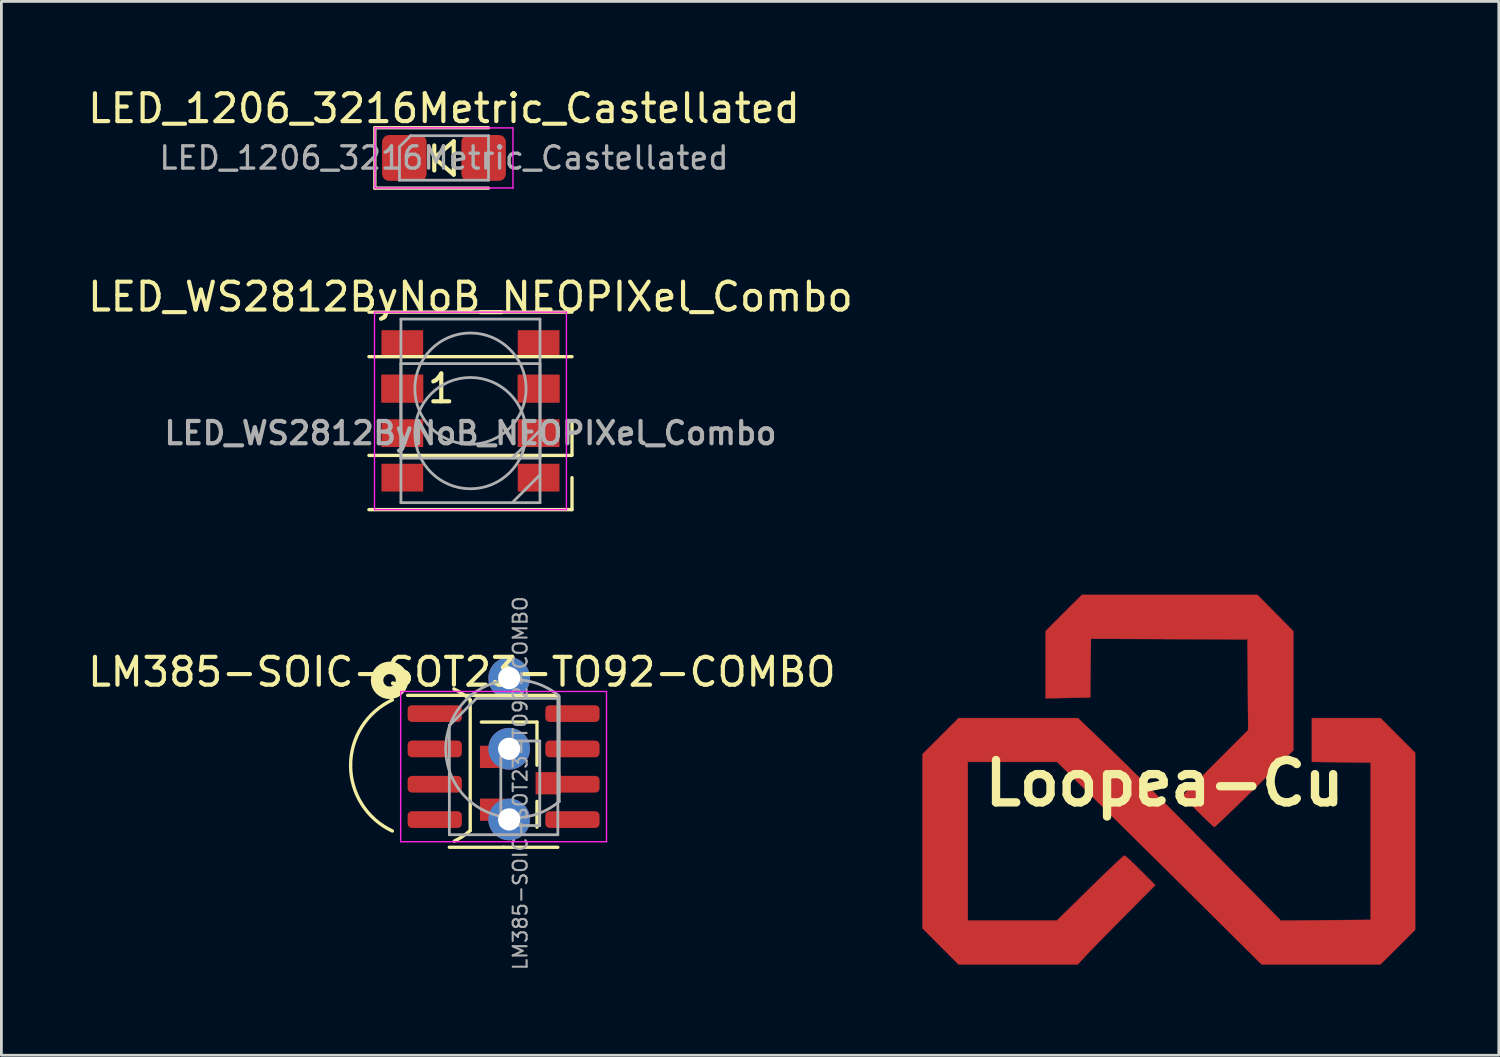
<source format=kicad_pcb>
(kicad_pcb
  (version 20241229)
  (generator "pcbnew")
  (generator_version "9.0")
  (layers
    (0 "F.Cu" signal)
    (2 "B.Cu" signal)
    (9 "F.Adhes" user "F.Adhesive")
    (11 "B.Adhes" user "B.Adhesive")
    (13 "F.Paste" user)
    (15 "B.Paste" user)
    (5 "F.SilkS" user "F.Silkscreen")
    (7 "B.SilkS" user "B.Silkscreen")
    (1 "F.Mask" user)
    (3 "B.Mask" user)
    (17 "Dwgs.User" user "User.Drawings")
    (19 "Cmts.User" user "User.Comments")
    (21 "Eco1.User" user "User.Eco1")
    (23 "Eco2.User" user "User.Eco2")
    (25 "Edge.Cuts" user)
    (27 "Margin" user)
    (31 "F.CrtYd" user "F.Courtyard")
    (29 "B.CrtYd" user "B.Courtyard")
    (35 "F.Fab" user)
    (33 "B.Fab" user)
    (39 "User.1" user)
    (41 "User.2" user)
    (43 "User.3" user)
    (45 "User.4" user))
  (footprint "LM385-SOIC-SOT23-TO92-COMBO"
    (layer "F.Cu")
    (at 15.054 24.508)
    (property "Reference" "LM385-SOIC-SOT23-TO92-COMBO" (at -1.5 -3.4 0) (layer "F.SilkS") (effects (font (size 1 1) (thickness 0.15))))
    (attr smd)
    (fp_line (start -1.2 2.3) (end -1.2 -2.4) (stroke (width 0.12) (type solid)) (layer "F.SilkS"))
    (fp_line (start 0 -2.56) (end -3.45 -2.56) (stroke (width 0.12) (type solid)) (layer "F.SilkS"))
    (fp_line (start 0 -2.56) (end 1.95 -2.56) (stroke (width 0.12) (type solid)) (layer "F.SilkS"))
    (fp_line (start 0 2.9) (end -1.95 2.9) (stroke (width 0.12) (type solid)) (layer "F.SilkS"))
    (fp_line (start 0 2.9) (end 1.95 2.9) (stroke (width 0.12) (type solid)) (layer "F.SilkS"))
    (fp_line (start 1.2 -1.6) (end -0.8 -1.6) (stroke (width 0.12) (type solid)) (layer "F.SilkS"))
    (fp_line (start 1.2 -1.6) (end 1.2 -0.05) (stroke (width 0.12) (type solid)) (layer "F.SilkS"))
    (fp_line (start 1.2 2.18) (end 1.2 1.25) (stroke (width 0.12) (type solid)) (layer "F.SilkS"))
    (fp_arc (start -5.5 -0.04) (mid -5.092818 -1.436979) (end -3.998807 -2.3964) (stroke (width 0.12) (type solid)) (layer "F.SilkS"))
    (fp_arc (start -3.998807 2.3164) (mid -5.092817 1.356979) (end -5.5 -0.04) (stroke (width 0.12) (type solid)) (layer "F.SilkS"))
    (fp_arc (start -1.787736 -2.792383) (mid -1.480247 -2.616594) (end -1.2 -2.4) (stroke (width 0.12) (type solid)) (layer "F.SilkS"))
    (fp_arc (start -1.2 2.3) (mid -1.476067 2.510817) (end -1.777955 2.682631) (stroke (width 0.12) (type solid)) (layer "F.SilkS"))
    (fp_circle (center -4.1 -3.1) (end -3.9 -3) (stroke (width 0.45) (type solid)) (fill no) (layer "F.SilkS"))
    (fp_line (start -3.7 -2.7) (end -3.7 2.7) (stroke (width 0.05) (type solid)) (layer "F.CrtYd"))
    (fp_line (start -3.7 2.7) (end 3.7 2.7) (stroke (width 0.05) (type solid)) (layer "F.CrtYd"))
    (fp_line (start 3.7 -2.7) (end -3.7 -2.7) (stroke (width 0.05) (type solid)) (layer "F.CrtYd"))
    (fp_line (start 3.7 2.7) (end 3.7 -2.7) (stroke (width 0.05) (type solid)) (layer "F.CrtYd"))
    (fp_line (start -1.95 -1.475) (end -0.975 -2.45) (stroke (width 0.1) (type solid)) (layer "F.Fab"))
    (fp_line (start -1.95 2.45) (end -1.95 -1.475) (stroke (width 0.1) (type solid)) (layer "F.Fab"))
    (fp_line (start -0.975 -2.45) (end 1.95 -2.45) (stroke (width 0.1) (type solid)) (layer "F.Fab"))
    (fp_line (start -0.1 -0.35) (end -0.1 2.1) (stroke (width 0.1) (type solid)) (layer "F.Fab"))
    (fp_line (start -0.1 -0.35) (end 0.45 -0.92) (stroke (width 0.1) (type solid)) (layer "F.Fab"))
    (fp_line (start -0.1 2.12) (end 1.3 2.12) (stroke (width 0.1) (type solid)) (layer "F.Fab"))
    (fp_line (start 0.45 -0.92) (end 1.3 -0.92) (stroke (width 0.1) (type solid)) (layer "F.Fab"))
    (fp_line (start 1.3 -0.92) (end 1.3 2.12) (stroke (width 0.1) (type solid)) (layer "F.Fab"))
    (fp_line (start 1.95 -2.45) (end 1.95 2.45) (stroke (width 0.1) (type solid)) (layer "F.Fab"))
    (fp_line (start 1.95 2.45) (end -1.95 2.45) (stroke (width 0.1) (type solid)) (layer "F.Fab"))
    (fp_line (start 2 1.25) (end 2 -2.5) (stroke (width 0.1) (type solid)) (layer "F.Fab"))
    (fp_arc (start -2.08 -0.64) (mid -0.649019 -2.887211) (end 1.992547 -2.541103) (stroke (width 0.1) (type solid)) (layer "F.Fab"))
    (fp_arc (start 2.002385 1.252818) (mid -0.643188 1.609924) (end -2.08 -0.64) (stroke (width 0.1) (type solid)) (layer "F.Fab"))
    (fp_text user "${REFERENCE}" (at 0.6 0.6 90) (layer "F.Fab") (effects (font (size 0.5 0.5) (thickness 0.075))))
    (pad "1" smd roundrect (at -2.475 -1.905) (size 1.95 0.6) (layers "F.Cu" "F.Mask" "F.Paste") (roundrect_rratio 0.25))
    (pad "2" smd roundrect (at -2.475 -0.635) (size 1.95 0.6) (layers "F.Cu" "F.Mask" "F.Paste") (roundrect_rratio 0.25))
    (pad "3" smd roundrect (at -2.475 0.635) (size 1.95 0.6) (layers "F.Cu" "F.Mask" "F.Paste") (roundrect_rratio 0.25))
    (pad "4" smd roundrect (at -2.475 1.905) (size 1.95 0.6) (layers "F.Cu" "F.Mask" "F.Paste") (roundrect_rratio 0.25))
    (pad "4" smd rect (at -0.4 1.55) (size 0.9 0.8) (layers "F.Cu" "F.Mask" "F.Paste"))
    (pad "4" thru_hole circle (at 0.2 1.9 90) (size 1.5 1.5) (drill 0.8) (layers "*.Cu" "*.Mask"))
    (pad "5" smd roundrect (at 2.475 1.905) (size 1.95 0.6) (layers "F.Cu" "F.Mask" "F.Paste") (roundrect_rratio 0.25))
    (pad "6" smd rect (at 1.6 0.6) (size 0.9 0.8) (layers "F.Cu" "F.Mask" "F.Paste"))
    (pad "6" smd roundrect (at 2.475 0.635) (size 1.95 0.6) (layers "F.Cu" "F.Mask" "F.Paste") (roundrect_rratio 0.25))
    (pad "7" smd roundrect (at 2.475 -0.635) (size 1.95 0.6) (layers "F.Cu" "F.Mask" "F.Paste") (roundrect_rratio 0.25))
    (pad "8" smd rect (at -0.4 -0.35) (size 0.9 0.8) (layers "F.Cu" "F.Mask" "F.Paste"))
    (pad "8" thru_hole circle (at 0.2 -3.18 90) (size 1.5 1.5) (drill 0.8) (layers "*.Cu" "*.Mask"))
    (pad "8" thru_hole circle (at 0.2 -0.64 90) (size 1.5 1.5) (drill 0.8) (layers "*.Cu" "*.Mask"))
    (pad "8" smd roundrect (at 2.475 -1.905) (size 1.95 0.6) (layers "F.Cu" "F.Mask" "F.Paste") (roundrect_rratio 0.25)))
  (footprint "Loopea-Cu"
    (layer "F.Cu")
    (at 38.816 25.106)
    (property "Reference" "Loopea-Cu" (at 0 0 0) (layer "F.SilkS") (effects (font (size 1.524 1.524) (thickness 0.3))))
    (attr through_hole)
    (fp_poly (pts (xy 4.632 -5.463) (xy 4.632 -1.182) (xy 3.229 0.198) (xy 2.917 0.504) (xy 2.626 0.787) (xy 2.367 1.038) (xy 2.146 1.251) (xy 1.971 1.416) (xy 1.851 1.527) (xy 1.793 1.576) (xy 1.79 1.578) (xy 1.744 1.544) (xy 1.639 1.449) (xy 1.489 1.307) (xy 1.308 1.129) (xy 1.196 1.018) (xy 0.638 0.458) (xy 1.821 -0.727) (xy 3.005 -1.911) (xy 2.991 -3.539) (xy 2.978 -5.167) (xy 0.166 -5.18) (xy -2.645 -5.193) (xy -2.659 -4.136) (xy -2.672 -3.08) (xy -3.474 -3.066) (xy -4.276 -3.052) (xy -4.276 -5.473) (xy -3.626 -6.122) (xy -2.976 -6.77) (xy 3.339 -6.77) (xy 4.632 -5.463)) (stroke (width 0.01) (type solid)) (fill yes) (layer "F.Cu"))
    (fp_poly (pts (xy -2.054 -1.327) (xy -1.834 -1.115) (xy -1.552 -0.84) (xy -1.218 -0.509) (xy -0.839 -0.134) (xy -0.426 0.278) (xy 0.014 0.718) (xy 0.469 1.175) (xy 0.933 1.642) (xy 1.395 2.109) (xy 1.596 2.313) (xy 4.184 4.939) (xy 5.795 4.925) (xy 7.406 4.912) (xy 7.406 -0.738) (xy 6.35 -0.752) (xy 5.294 -0.766) (xy 5.294 -2.341) (xy 7.764 -2.341) (xy 9.01 -1.093) (xy 9.01 5.27) (xy 8.385 5.893) (xy 7.761 6.515) (xy 5.624 6.515) (xy 3.487 6.515) (xy 1.756 4.796) (xy 1.348 4.391) (xy 0.885 3.932) (xy 0.385 3.436) (xy -0.136 2.92) (xy -0.66 2.402) (xy -1.169 1.899) (xy -1.646 1.427) (xy -1.919 1.157) (xy -3.863 -0.764) (xy -7.075 -0.764) (xy -7.075 4.937) (xy -3.874 4.937) (xy -2.681 3.767) (xy -2.393 3.485) (xy -2.127 3.228) (xy -1.893 3.004) (xy -1.698 2.82) (xy -1.553 2.686) (xy -1.465 2.61) (xy -1.443 2.596) (xy -1.393 2.63) (xy -1.286 2.725) (xy -1.135 2.866) (xy -0.953 3.043) (xy -0.865 3.131) (xy -0.332 3.665) (xy -1.433 4.772) (xy -1.724 5.066) (xy -2.006 5.352) (xy -2.268 5.618) (xy -2.496 5.853) (xy -2.68 6.043) (xy -2.807 6.176) (xy -2.827 6.197) (xy -3.12 6.515) (xy -7.408 6.515) (xy -8.056 5.866) (xy -8.704 5.216) (xy -8.704 -1.045) (xy -8.055 -1.693) (xy -7.405 -2.341) (xy -3.115 -2.341) (xy -2.054 -1.327)) (stroke (width 0.01) (type solid)) (fill yes) (layer "F.Cu")))
  (footprint "LED_WS2812ByNoB_NEOPIXel_Combo"
    (layer "F.Cu")
    (at 13.863 12.521)
    (property "Reference" "LED_WS2812ByNoB_NEOPIXel_Combo" (at 0 -4.9 0) (layer "F.SilkS") (effects (font (size 1 1) (thickness 0.15))))
    (attr smd)
    (fp_line (start -3.65 -2.75) (end 3.65 -2.75) (stroke (width 0.12) (type solid)) (layer "F.SilkS"))
    (fp_line (start -3.65 2.75) (end 3.65 2.75) (stroke (width 0.12) (type solid)) (layer "F.SilkS"))
    (fp_line (start 3.65 -4.35) (end -3.65 -4.35) (stroke (width 0.12) (type solid)) (layer "F.SilkS"))
    (fp_line (start 3.65 -0.375) (end 3.65 0.775) (stroke (width 0.12) (type solid)) (layer "F.SilkS"))
    (fp_line (start 3.65 0.8) (end -3.65 0.8) (stroke (width 0.12) (type solid)) (layer "F.SilkS"))
    (fp_line (start 3.65 2.75) (end 3.65 1.6) (stroke (width 0.12) (type solid)) (layer "F.SilkS"))
    (fp_line (start -3.45 -4.35) (end -3.45 2.75) (stroke (width 0.05) (type solid)) (layer "F.CrtYd"))
    (fp_line (start -3.45 2.75) (end 3.45 2.75) (stroke (width 0.05) (type solid)) (layer "F.CrtYd"))
    (fp_line (start 3.45 -4.35) (end -3.45 -4.35) (stroke (width 0.05) (type solid)) (layer "F.CrtYd"))
    (fp_line (start 3.45 2.75) (end 3.45 -4.35) (stroke (width 0.05) (type solid)) (layer "F.CrtYd"))
    (fp_line (start -2.5 -4.1) (end 2.5 -4.1) (stroke (width 0.1) (type solid)) (layer "F.Fab"))
    (fp_line (start -2.5 -2.5) (end -2.5 2.5) (stroke (width 0.1) (type solid)) (layer "F.Fab"))
    (fp_line (start -2.5 0.9) (end -2.5 -4.1) (stroke (width 0.1) (type solid)) (layer "F.Fab"))
    (fp_line (start -2.5 2.5) (end 2.5 2.5) (stroke (width 0.1) (type solid)) (layer "F.Fab"))
    (fp_line (start 2.5 -4.1) (end 2.5 0.9) (stroke (width 0.1) (type solid)) (layer "F.Fab"))
    (fp_line (start 2.5 -2.5) (end -2.5 -2.5) (stroke (width 0.1) (type solid)) (layer "F.Fab"))
    (fp_line (start 2.5 -0.1) (end 1.5 0.9) (stroke (width 0.1) (type solid)) (layer "F.Fab"))
    (fp_line (start 2.5 0.9) (end -2.5 0.9) (stroke (width 0.1) (type solid)) (layer "F.Fab"))
    (fp_line (start 2.5 1.5) (end 1.5 2.5) (stroke (width 0.1) (type solid)) (layer "F.Fab"))
    (fp_line (start 2.5 2.5) (end 2.5 -2.5) (stroke (width 0.1) (type solid)) (layer "F.Fab"))
    (fp_circle (center 0 -1.6) (end 0 0.4) (stroke (width 0.1) (type solid)) (fill no) (layer "F.Fab"))
    (fp_circle (center 0 0) (end 0 -2) (stroke (width 0.1) (type solid)) (fill no) (layer "F.Fab"))
    (fp_text user "1" (at -1.05 -1.6 0) (layer "F.SilkS") (effects (font (size 1 1) (thickness 0.15))))
    (fp_text user "${REFERENCE}" (at 0 0 0) (layer "F.Fab") (effects (font (size 0.8 0.8) (thickness 0.15))))
    (pad "1" smd rect (at -2.45 -1.6) (size 1.5 1) (layers "F.Cu" "F.Mask" "F.Paste"))
    (pad "1" smd rect (at -2.45 -1.6 180) (size 1.5 1) (layers "F.Cu" "F.Mask" "F.Paste"))
    (pad "1" smd rect (at 2.45 -3.2 180) (size 1.5 1) (layers "F.Cu" "F.Mask" "F.Paste"))
    (pad "2" smd rect (at -2.45 1.6) (size 1.5 1) (layers "F.Cu" "F.Mask" "F.Paste"))
    (pad "2" smd rect (at 2.45 0 180) (size 1.5 1) (layers "F.Cu" "F.Mask" "F.Paste"))
    (pad "3" smd rect (at -2.45 0 180) (size 1.5 1) (layers "F.Cu" "F.Mask" "F.Paste"))
    (pad "3" smd rect (at 2.45 1.6) (size 1.5 1) (layers "F.Cu" "F.Mask" "F.Paste"))
    (pad "4" smd rect (at 2.45 -1.6) (size 1.5 1) (layers "F.Cu" "F.Mask" "F.Paste"))
    (pad "4" smd rect (at 2.45 -1.6 180) (size 1.5 1) (layers "F.Cu" "F.Mask" "F.Paste"))
    (pad "5" smd rect (at -2.45 -3.2 180) (size 1.5 1) (layers "F.Cu" "F.Mask" "F.Paste")))
  (footprint "LED_1206_3216Metric_Castellated"
    (layer "F.Cu")
    (at 12.911 2.628)
    (property "Reference" "LED_1206_3216Metric_Castellated" (at 0 -1.78 0) (layer "F.SilkS") (effects (font (size 1 1) (thickness 0.15))))
    (attr smd)
    (fp_line (start -2.485 -1.085) (end -2.485 1.085) (stroke (width 0.12) (type solid)) (layer "F.SilkS"))
    (fp_line (start -2.485 1.085) (end 1.6 1.085) (stroke (width 0.12) (type solid)) (layer "F.SilkS"))
    (fp_line (start -0.35 -0.45) (end -0.35 0.45) (stroke (width 0.15) (type solid)) (layer "F.SilkS"))
    (fp_line (start -0.35 0) (end 0.35 -0.6) (stroke (width 0.15) (type solid)) (layer "F.SilkS"))
    (fp_line (start 0.35 -0.6) (end 0.35 0.6) (stroke (width 0.15) (type solid)) (layer "F.SilkS"))
    (fp_line (start 0.35 0.6) (end -0.35 0) (stroke (width 0.15) (type solid)) (layer "F.SilkS"))
    (fp_line (start 1.6 -1.085) (end -2.485 -1.085) (stroke (width 0.12) (type solid)) (layer "F.SilkS"))
    (fp_line (start -2.48 -1.08) (end 2.48 -1.08) (stroke (width 0.05) (type solid)) (layer "F.CrtYd"))
    (fp_line (start -2.48 1.08) (end -2.48 -1.08) (stroke (width 0.05) (type solid)) (layer "F.CrtYd"))
    (fp_line (start 2.48 -1.08) (end 2.48 1.08) (stroke (width 0.05) (type solid)) (layer "F.CrtYd"))
    (fp_line (start 2.48 1.08) (end -2.48 1.08) (stroke (width 0.05) (type solid)) (layer "F.CrtYd"))
    (fp_line (start -1.6 -0.4) (end -1.6 0.8) (stroke (width 0.1) (type solid)) (layer "F.Fab"))
    (fp_line (start -1.6 0.8) (end 1.6 0.8) (stroke (width 0.1) (type solid)) (layer "F.Fab"))
    (fp_line (start -1.2 -0.8) (end -1.6 -0.4) (stroke (width 0.1) (type solid)) (layer "F.Fab"))
    (fp_line (start 1.6 -0.8) (end -1.2 -0.8) (stroke (width 0.1) (type solid)) (layer "F.Fab"))
    (fp_line (start 1.6 0.8) (end 1.6 -0.8) (stroke (width 0.1) (type solid)) (layer "F.Fab"))
    (fp_text user "${REFERENCE}" (at 0 0 0) (layer "F.Fab") (effects (font (size 0.8 0.8) (thickness 0.12))))
    (pad "1" smd roundrect (at -1.425 0) (size 1.6 1.65) (layers "F.Cu" "F.Mask" "F.Paste") (roundrect_rratio 0.156))
    (pad "2" smd roundrect (at 1.425 0) (size 1.6 1.65) (layers "F.Cu" "F.Mask" "F.Paste") (roundrect_rratio 0.156)))
  (gr_rect
    (start -3 -3)
    (end 50.831 34.885)
    (stroke (width 0.1) (type default))
    (fill no)
    (layer "Edge.Cuts")))
</source>
